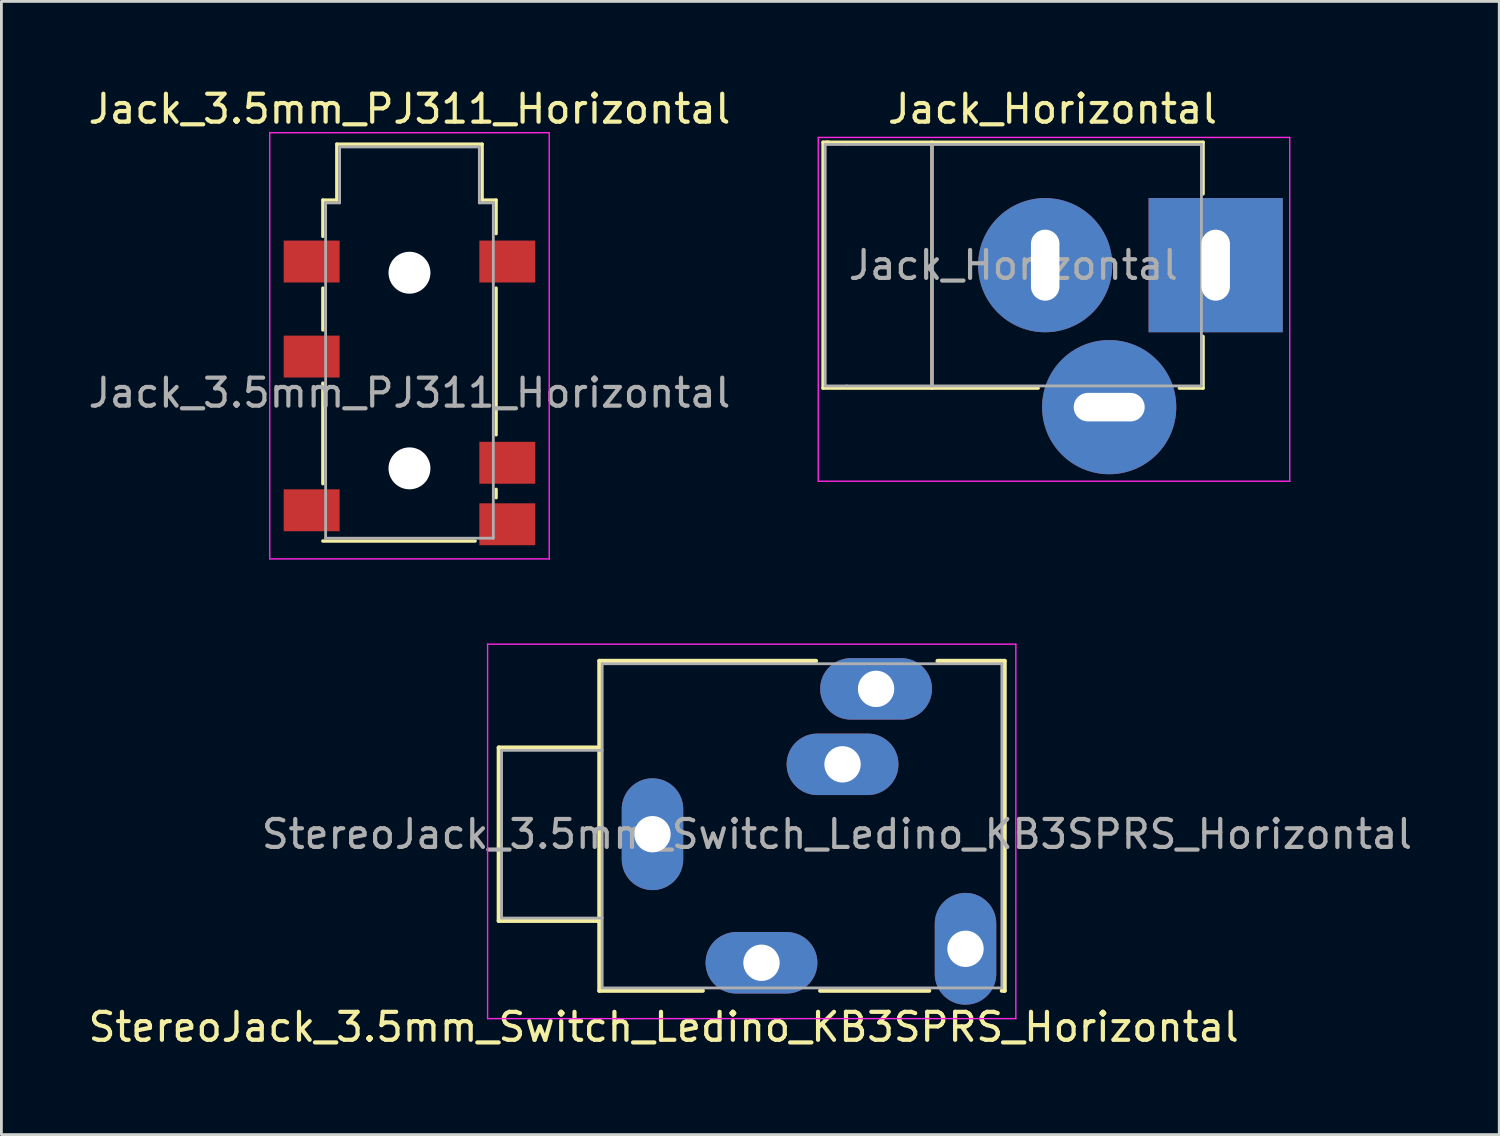
<source format=kicad_pcb>
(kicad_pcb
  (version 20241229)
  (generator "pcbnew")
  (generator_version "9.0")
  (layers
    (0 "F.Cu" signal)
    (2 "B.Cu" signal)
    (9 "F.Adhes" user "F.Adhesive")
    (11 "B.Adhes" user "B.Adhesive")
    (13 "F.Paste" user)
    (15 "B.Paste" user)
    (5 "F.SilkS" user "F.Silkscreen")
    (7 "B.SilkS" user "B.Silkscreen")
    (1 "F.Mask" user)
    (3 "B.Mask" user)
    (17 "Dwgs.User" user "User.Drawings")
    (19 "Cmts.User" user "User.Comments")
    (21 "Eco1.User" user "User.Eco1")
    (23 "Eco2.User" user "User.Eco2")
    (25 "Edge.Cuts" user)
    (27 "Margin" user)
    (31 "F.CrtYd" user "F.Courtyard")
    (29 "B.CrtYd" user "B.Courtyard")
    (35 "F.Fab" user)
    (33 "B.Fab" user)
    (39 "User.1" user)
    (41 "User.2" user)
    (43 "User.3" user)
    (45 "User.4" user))
  (footprint "StereoJack_3.5mm_Switch_Ledino_KB3SPRS_Horizontal"
    (layer "F.Cu")
    (at 24.196 31.398)
    (property "Reference" "StereoJack_3.5mm_Switch_Ledino_KB3SPRS_Horizontal" (at -3.5 2.3 0) (layer "F.SilkS") (effects (font (size 1 1) (thickness 0.15))))
    (attr through_hole)
    (fp_line (start -9.4 -7.7) (end -9.4 -1.5) (stroke (width 0.15) (type solid)) (layer "F.SilkS"))
    (fp_line (start -9.4 -1.5) (end -5.8 -1.5) (stroke (width 0.15) (type solid)) (layer "F.SilkS"))
    (fp_line (start -5.8 -10.8) (end 1.95 -10.8) (stroke (width 0.15) (type solid)) (layer "F.SilkS"))
    (fp_line (start -5.8 -7.7) (end -9.4 -7.7) (stroke (width 0.15) (type solid)) (layer "F.SilkS"))
    (fp_line (start -5.8 1) (end -5.8 -10.8) (stroke (width 0.15) (type solid)) (layer "F.SilkS"))
    (fp_line (start -2.1 1) (end -5.8 1) (stroke (width 0.15) (type solid)) (layer "F.SilkS"))
    (fp_line (start 6 1) (end 2.1 1) (stroke (width 0.15) (type solid)) (layer "F.SilkS"))
    (fp_line (start 6.3 -10.8) (end 8.7 -10.8) (stroke (width 0.15) (type solid)) (layer "F.SilkS"))
    (fp_line (start 8.7 -10.8) (end 8.7 1) (stroke (width 0.15) (type solid)) (layer "F.SilkS"))
    (fp_line (start 8.7 1) (end 8.6 1) (stroke (width 0.15) (type solid)) (layer "F.SilkS"))
    (fp_line (start -9.8 -11.4) (end -9.8 2) (stroke (width 0.05) (type solid)) (layer "F.CrtYd"))
    (fp_line (start -9.8 2) (end 9.1 2) (stroke (width 0.05) (type solid)) (layer "F.CrtYd"))
    (fp_line (start 9.1 -11.4) (end -9.8 -11.4) (stroke (width 0.05) (type solid)) (layer "F.CrtYd"))
    (fp_line (start 9.1 2) (end 9.1 -11.4) (stroke (width 0.05) (type solid)) (layer "F.CrtYd"))
    (fp_line (start -9.3 -7.6) (end -9.3 -1.6) (stroke (width 0.1) (type solid)) (layer "F.Fab"))
    (fp_line (start -9.3 -7.6) (end -5.7 -7.6) (stroke (width 0.1) (type solid)) (layer "F.Fab"))
    (fp_line (start -9.3 -1.6) (end -5.7 -1.6) (stroke (width 0.1) (type solid)) (layer "F.Fab"))
    (fp_line (start -5.7 -10.7) (end -5.7 0.9) (stroke (width 0.1) (type solid)) (layer "F.Fab"))
    (fp_line (start -5.7 0.9) (end 8.6 0.9) (stroke (width 0.1) (type solid)) (layer "F.Fab"))
    (fp_line (start 8.6 -10.7) (end -5.7 -10.7) (stroke (width 0.1) (type solid)) (layer "F.Fab"))
    (fp_line (start 8.6 0.9) (end 8.6 -10.7) (stroke (width 0.1) (type solid)) (layer "F.Fab"))
    (fp_text user "${REFERENCE}" (at 2.7 -4.6 0) (layer "F.Fab") (effects (font (size 1 1) (thickness 0.15))))
    (pad "1" thru_hole oval (at 0 0) (size 4 2.2) (drill 1.3) (layers "*.Cu" "*.Mask"))
    (pad "2" thru_hole oval (at 4.1 -9.8) (size 4 2.2) (drill 1.3) (layers "*.Cu" "*.Mask"))
    (pad "3" thru_hole oval (at -3.9 -4.6) (size 2.2 4) (drill 1.3) (layers "*.Cu" "*.Mask"))
    (pad "4" thru_hole oval (at 7.3 -0.5 90) (size 4 2.2) (drill 1.3) (layers "*.Cu" "*.Mask"))
    (pad "5" thru_hole oval (at 2.9 -7.1) (size 4 2.2) (drill 1.3) (layers "*.Cu" "*.Mask")))
  (footprint "Jack_Horizontal"
    (layer "F.Cu")
    (at 40.447 6.438)
    (property "Reference" "Jack_Horizontal" (at -5.84 -5.59 0) (layer "F.SilkS") (effects (font (size 1 1) (thickness 0.15))))
    (attr through_hole)
    (fp_line (start -14.05 -4.4) (end -13.85 -4.4) (stroke (width 0.12) (type solid)) (layer "F.SilkS"))
    (fp_line (start -14.05 4.4) (end -14.05 -4.4) (stroke (width 0.12) (type solid)) (layer "F.SilkS"))
    (fp_line (start -13.95 -4.4) (end -0.45 -4.4) (stroke (width 0.12) (type solid)) (layer "F.SilkS"))
    (fp_line (start -10.15 -4.4) (end -10.15 4.4) (stroke (width 0.12) (type solid)) (layer "F.SilkS"))
    (fp_line (start -6.35 4.4) (end -14.05 4.4) (stroke (width 0.12) (type solid)) (layer "F.SilkS"))
    (fp_line (start -0.45 -4.4) (end -0.45 -2.55) (stroke (width 0.12) (type solid)) (layer "F.SilkS"))
    (fp_line (start -0.45 2.55) (end -0.45 4.4) (stroke (width 0.12) (type solid)) (layer "F.SilkS"))
    (fp_line (start -0.45 4.4) (end -1.3 4.4) (stroke (width 0.12) (type solid)) (layer "F.SilkS"))
    (fp_line (start -14.22 -4.57) (end -14.22 7.73) (stroke (width 0.05) (type solid)) (layer "F.CrtYd"))
    (fp_line (start -14.22 -4.57) (end 2.65 -4.57) (stroke (width 0.05) (type solid)) (layer "F.CrtYd"))
    (fp_line (start 2.65 7.73) (end -14.22 7.73) (stroke (width 0.05) (type solid)) (layer "F.CrtYd"))
    (fp_line (start 2.65 7.73) (end 2.65 -4.57) (stroke (width 0.05) (type solid)) (layer "F.CrtYd"))
    (fp_line (start -13.97 -4.32) (end -13.97 4.32) (stroke (width 0.1) (type solid)) (layer "F.Fab"))
    (fp_line (start -13.97 4.32) (end -13.21 4.32) (stroke (width 0.1) (type solid)) (layer "F.Fab"))
    (fp_line (start -13.21 -4.32) (end -13.97 -4.32) (stroke (width 0.1) (type solid)) (layer "F.Fab"))
    (fp_line (start -13.21 -4.32) (end -0.51 -4.32) (stroke (width 0.1) (type solid)) (layer "F.Fab"))
    (fp_line (start -13.21 4.32) (end -0.51 4.32) (stroke (width 0.1) (type solid)) (layer "F.Fab"))
    (fp_line (start -10.16 -4.32) (end -10.16 4.32) (stroke (width 0.1) (type solid)) (layer "F.Fab"))
    (fp_line (start -0.51 -4.32) (end -0.51 4.32) (stroke (width 0.1) (type solid)) (layer "F.Fab"))
    (fp_text user "${REFERENCE}" (at -7.24 0 0) (layer "F.Fab") (effects (font (size 1 1) (thickness 0.15))))
    (pad "1" thru_hole rect (at 0 0) (size 4.8 4.8) (drill oval 1.02 2.54) (layers "*.Cu" "*.Mask"))
    (pad "2" thru_hole circle (at -6.1 0) (size 4.8 4.8) (drill oval 1.02 2.54) (layers "*.Cu" "*.Mask"))
    (pad "3" thru_hole circle (at -3.81 5.08) (size 4.8 4.8) (drill oval 2.54 1.02) (layers "*.Cu" "*.Mask")))
  (footprint "Jack_3.5mm_PJ311_Horizontal"
    (layer "F.Cu")
    (at 11.601 11.008)
    (property "Reference" "Jack_3.5mm_PJ311_Horizontal" (at 0 -10.16 0) (layer "F.SilkS") (effects (font (size 1 1) (thickness 0.15))))
    (attr smd)
    (fp_line (start -3.1 -6.9) (end -2.6 -6.9) (stroke (width 0.12) (type solid)) (layer "F.SilkS"))
    (fp_line (start -3.1 -5.6) (end -3.1 -6.9) (stroke (width 0.12) (type solid)) (layer "F.SilkS"))
    (fp_line (start -3.1 -2.25) (end -3.1 -3.75) (stroke (width 0.12) (type solid)) (layer "F.SilkS"))
    (fp_line (start -3.1 3.25) (end -3.1 -0.35) (stroke (width 0.12) (type solid)) (layer "F.SilkS"))
    (fp_line (start -2.6 -8.9) (end 2.6 -8.9) (stroke (width 0.12) (type solid)) (layer "F.SilkS"))
    (fp_line (start -2.6 -6.9) (end -2.6 -8.9) (stroke (width 0.12) (type solid)) (layer "F.SilkS"))
    (fp_line (start 2.35 5.3) (end -3.1 5.3) (stroke (width 0.12) (type solid)) (layer "F.SilkS"))
    (fp_line (start 2.6 -8.9) (end 2.6 -6.9) (stroke (width 0.12) (type solid)) (layer "F.SilkS"))
    (fp_line (start 2.6 -6.9) (end 3.1 -6.9) (stroke (width 0.12) (type solid)) (layer "F.SilkS"))
    (fp_line (start 3.1 -6.9) (end 3.1 -5.7) (stroke (width 0.12) (type solid)) (layer "F.SilkS"))
    (fp_line (start 3.1 -3.75) (end 3.1 1.5) (stroke (width 0.12) (type solid)) (layer "F.SilkS"))
    (fp_line (start 3.1 3.45) (end 3.1 3.75) (stroke (width 0.12) (type solid)) (layer "F.SilkS"))
    (fp_line (start -5 -9.31) (end -5 5.94) (stroke (width 0.05) (type solid)) (layer "F.CrtYd"))
    (fp_line (start -5 -9.31) (end 5 -9.31) (stroke (width 0.05) (type solid)) (layer "F.CrtYd"))
    (fp_line (start -5 5.94) (end 5 5.94) (stroke (width 0.05) (type solid)) (layer "F.CrtYd"))
    (fp_line (start 5 5.94) (end 5 -9.31) (stroke (width 0.05) (type solid)) (layer "F.CrtYd"))
    (fp_line (start -3 -6.8) (end -3 5.2) (stroke (width 0.1) (type solid)) (layer "F.Fab"))
    (fp_line (start -3 5.2) (end 3 5.2) (stroke (width 0.1) (type solid)) (layer "F.Fab"))
    (fp_line (start -2.5 -8.8) (end -2.5 -6.8) (stroke (width 0.1) (type solid)) (layer "F.Fab"))
    (fp_line (start -2.5 -6.8) (end -3 -6.8) (stroke (width 0.1) (type solid)) (layer "F.Fab"))
    (fp_line (start 2.5 -8.8) (end -2.5 -8.8) (stroke (width 0.1) (type solid)) (layer "F.Fab"))
    (fp_line (start 2.5 -6.8) (end 2.5 -8.8) (stroke (width 0.1) (type solid)) (layer "F.Fab"))
    (fp_line (start 3 -6.8) (end 2.5 -6.8) (stroke (width 0.1) (type solid)) (layer "F.Fab"))
    (fp_line (start 3 5.2) (end 3 -6.8) (stroke (width 0.1) (type solid)) (layer "F.Fab"))
    (fp_text user "${REFERENCE}" (at 0 0 0) (layer "F.Fab") (effects (font (size 1 1) (thickness 0.15))))
    (pad "" np_thru_hole circle (at 0 -4.3) (size 1.5 1.5) (drill 1.5) (layers "*.Cu" "*.Mask"))
    (pad "" np_thru_hole circle (at 0 2.7) (size 1.5 1.5) (drill 1.5) (layers "*.Cu" "*.Mask"))
    (pad "1" smd rect (at -3.5 -4.7) (size 2 1.5) (layers "F.Cu" "F.Mask" "F.Paste"))
    (pad "2" smd rect (at 3.5 -4.7) (size 2 1.5) (layers "F.Cu" "F.Mask" "F.Paste"))
    (pad "3" smd rect (at -3.5 -1.3) (size 2 1.5) (layers "F.Cu" "F.Mask" "F.Paste"))
    (pad "4" smd rect (at 3.5 2.5) (size 2 1.5) (layers "F.Cu" "F.Mask" "F.Paste"))
    (pad "5" smd rect (at 3.5 4.7) (size 2 1.5) (layers "F.Cu" "F.Mask" "F.Paste"))
    (pad "6" smd rect (at -3.5 4.2) (size 2 1.5) (layers "F.Cu" "F.Mask" "F.Paste")))
  (gr_rect
    (start -3 -3)
    (end 50.593 37.547)
    (stroke (width 0.1) (type default))
    (fill no)
    (layer "Edge.Cuts")))
</source>
